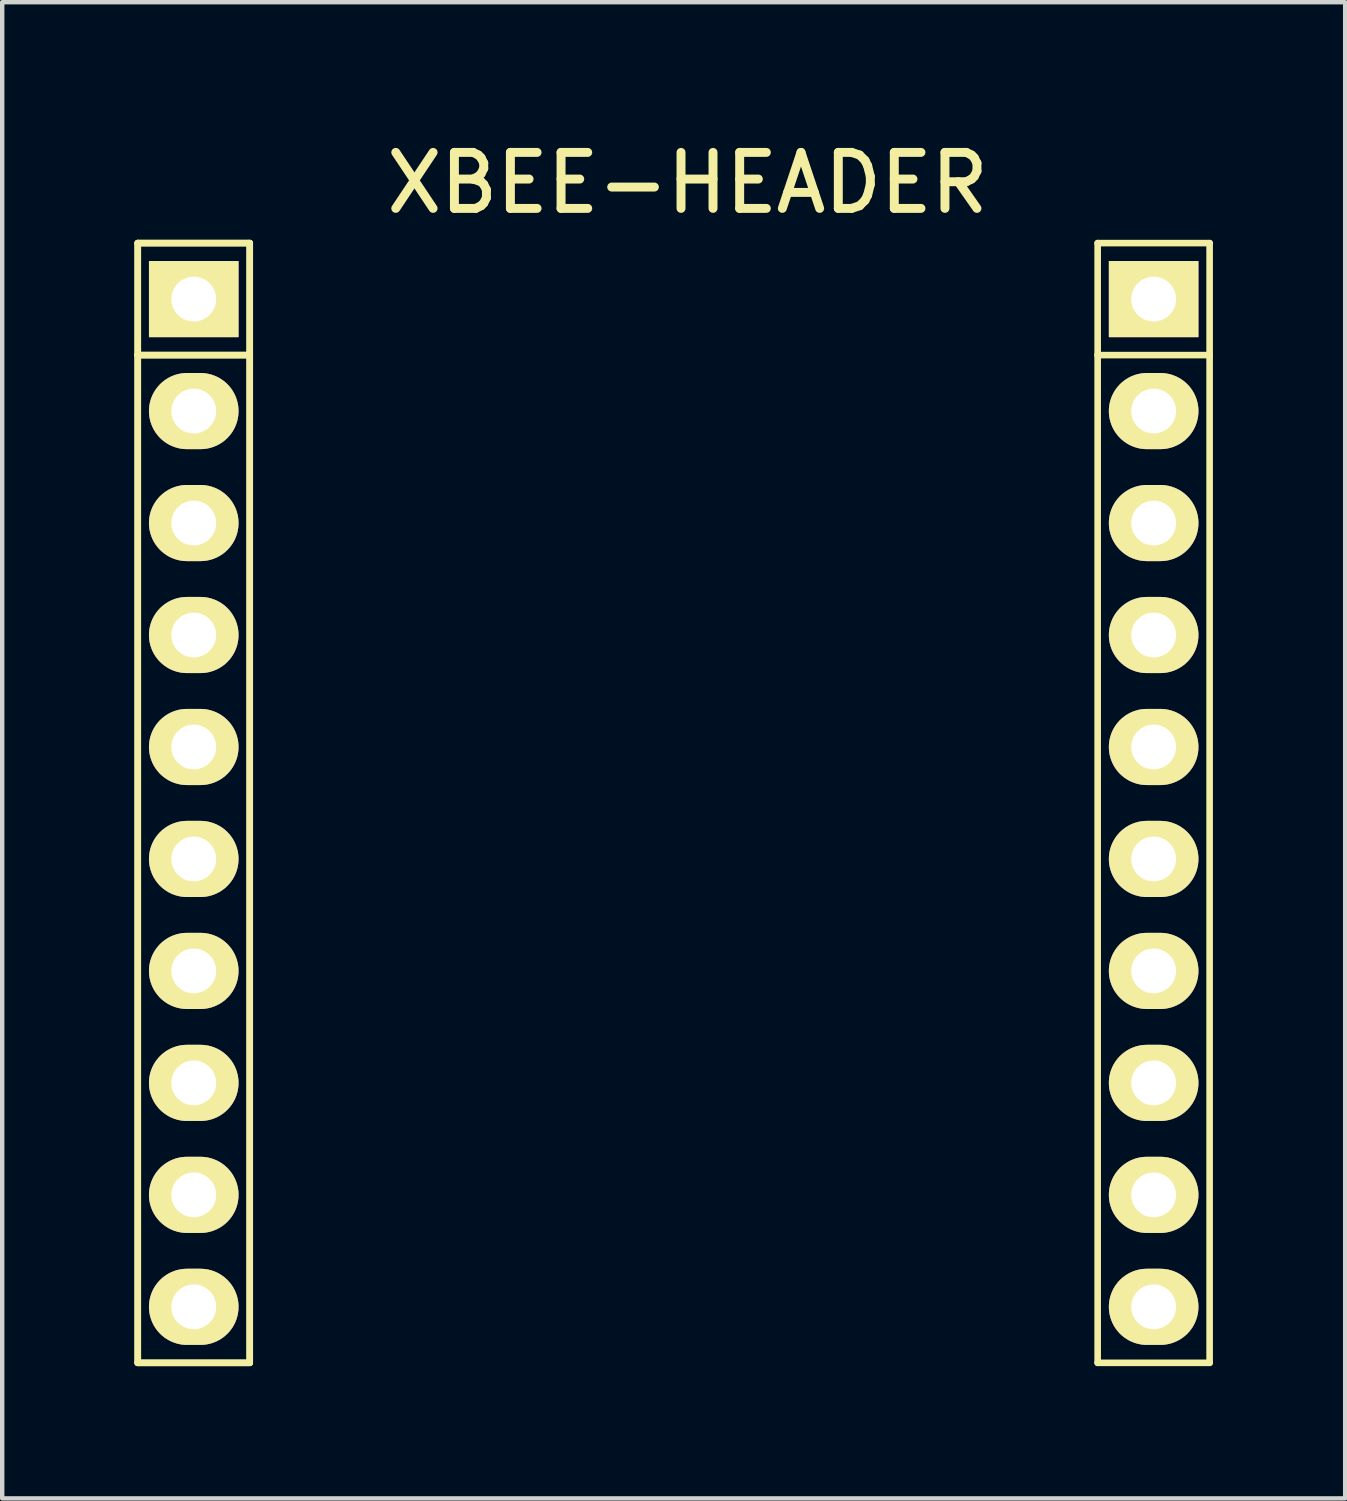
<source format=kicad_pcb>
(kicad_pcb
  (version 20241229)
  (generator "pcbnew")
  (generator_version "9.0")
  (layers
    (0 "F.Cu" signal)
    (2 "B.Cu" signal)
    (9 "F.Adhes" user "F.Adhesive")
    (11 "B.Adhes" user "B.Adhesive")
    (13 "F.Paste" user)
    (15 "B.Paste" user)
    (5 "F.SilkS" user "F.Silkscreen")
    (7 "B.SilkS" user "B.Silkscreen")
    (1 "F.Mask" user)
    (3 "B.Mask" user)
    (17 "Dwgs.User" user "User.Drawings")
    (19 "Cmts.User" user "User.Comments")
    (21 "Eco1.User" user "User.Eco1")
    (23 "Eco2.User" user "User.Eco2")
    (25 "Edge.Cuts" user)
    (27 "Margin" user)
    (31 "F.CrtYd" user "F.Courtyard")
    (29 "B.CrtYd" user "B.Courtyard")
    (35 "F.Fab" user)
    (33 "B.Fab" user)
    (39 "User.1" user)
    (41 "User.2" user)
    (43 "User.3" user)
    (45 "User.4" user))
  (footprint "XBEE-HEADER"
    (layer "F.Cu")
    (at 12.55 12.53)
    (property "Reference" "XBEE-HEADER" (at 0 -11.43 0) (layer "F.SilkS") (effects (font (size 1.27 1.27) (thickness 0.203))))
    (attr through_hole)
    (fp_line (start -12.475 -10.065) (end -12.475 -7.525) (stroke (width 0.15) (type solid)) (layer "F.SilkS"))
    (fp_line (start -12.475 -10.065) (end -12.475 -7.525) (stroke (width 0.15) (type solid)) (layer "F.SilkS"))
    (fp_line (start -12.475 15.335) (end -12.475 -7.525) (stroke (width 0.15) (type solid)) (layer "F.SilkS"))
    (fp_line (start -12.475 15.335) (end -12.475 -7.525) (stroke (width 0.15) (type solid)) (layer "F.SilkS"))
    (fp_line (start -9.935 -10.065) (end -12.475 -10.065) (stroke (width 0.15) (type solid)) (layer "F.SilkS"))
    (fp_line (start -9.935 -10.065) (end -12.475 -10.065) (stroke (width 0.15) (type solid)) (layer "F.SilkS"))
    (fp_line (start -9.935 -10.065) (end -9.935 -7.525) (stroke (width 0.15) (type solid)) (layer "F.SilkS"))
    (fp_line (start -9.935 -10.065) (end -9.935 -7.525) (stroke (width 0.15) (type solid)) (layer "F.SilkS"))
    (fp_line (start -9.935 -7.525) (end -12.475 -7.525) (stroke (width 0.15) (type solid)) (layer "F.SilkS"))
    (fp_line (start -9.935 -7.525) (end -12.475 -7.525) (stroke (width 0.15) (type solid)) (layer "F.SilkS"))
    (fp_line (start -9.935 -7.525) (end -9.935 15.335) (stroke (width 0.15) (type solid)) (layer "F.SilkS"))
    (fp_line (start -9.935 -7.525) (end -9.935 15.335) (stroke (width 0.15) (type solid)) (layer "F.SilkS"))
    (fp_line (start -9.935 15.335) (end -12.475 15.335) (stroke (width 0.15) (type solid)) (layer "F.SilkS"))
    (fp_line (start -9.935 15.335) (end -12.475 15.335) (stroke (width 0.15) (type solid)) (layer "F.SilkS"))
    (fp_line (start 9.3 -10.065) (end 9.3 -7.525) (stroke (width 0.15) (type solid)) (layer "F.SilkS"))
    (fp_line (start 9.3 -7.525) (end 9.3 15.335) (stroke (width 0.15) (type solid)) (layer "F.SilkS"))
    (fp_line (start 9.3 -7.525) (end 11.84 -7.525) (stroke (width 0.15) (type solid)) (layer "F.SilkS"))
    (fp_line (start 9.3 15.335) (end 11.84 15.335) (stroke (width 0.15) (type solid)) (layer "F.SilkS"))
    (fp_line (start 11.84 -10.065) (end 9.3 -10.065) (stroke (width 0.15) (type solid)) (layer "F.SilkS"))
    (fp_line (start 11.84 15.335) (end 11.84 -10.065) (stroke (width 0.15) (type solid)) (layer "F.SilkS"))
    (pad "1" thru_hole rect (at -11.205 -8.795 270) (size 1.727 2.032) (drill 1.016) (layers "*.Cu" "*.Mask" "F.SilkS"))
    (pad "2" thru_hole oval (at -11.205 -6.255 270) (size 1.727 2.032) (drill 1.016) (layers "*.Cu" "*.Mask" "F.SilkS"))
    (pad "3" thru_hole oval (at -11.205 -3.715 270) (size 1.727 2.032) (drill 1.016) (layers "*.Cu" "*.Mask" "F.SilkS"))
    (pad "4" thru_hole oval (at -11.205 -1.175 270) (size 1.727 2.032) (drill 1.016) (layers "*.Cu" "*.Mask" "F.SilkS"))
    (pad "5" thru_hole oval (at -11.205 1.365 270) (size 1.727 2.032) (drill 1.016) (layers "*.Cu" "*.Mask" "F.SilkS"))
    (pad "6" thru_hole oval (at -11.205 3.905 270) (size 1.727 2.032) (drill 1.016) (layers "*.Cu" "*.Mask" "F.SilkS"))
    (pad "7" thru_hole oval (at -11.205 6.445 270) (size 1.727 2.032) (drill 1.016) (layers "*.Cu" "*.Mask" "F.SilkS"))
    (pad "8" thru_hole oval (at -11.205 8.985 270) (size 1.727 2.032) (drill 1.016) (layers "*.Cu" "*.Mask" "F.SilkS"))
    (pad "9" thru_hole oval (at -11.205 11.525 270) (size 1.727 2.032) (drill 1.016) (layers "*.Cu" "*.Mask" "F.SilkS"))
    (pad "10" thru_hole oval (at -11.205 14.065 270) (size 1.727 2.032) (drill 1.016) (layers "*.Cu" "*.Mask" "F.SilkS"))
    (pad "11" thru_hole oval (at 10.57 14.065 270) (size 1.727 2.032) (drill 1.016) (layers "*.Cu" "*.Mask" "F.SilkS"))
    (pad "12" thru_hole oval (at 10.57 11.525 270) (size 1.727 2.032) (drill 1.016) (layers "*.Cu" "*.Mask" "F.SilkS"))
    (pad "13" thru_hole oval (at 10.57 8.985 270) (size 1.727 2.032) (drill 1.016) (layers "*.Cu" "*.Mask" "F.SilkS"))
    (pad "14" thru_hole oval (at 10.57 6.445 270) (size 1.727 2.032) (drill 1.016) (layers "*.Cu" "*.Mask" "F.SilkS"))
    (pad "15" thru_hole oval (at 10.57 3.905 270) (size 1.727 2.032) (drill 1.016) (layers "*.Cu" "*.Mask" "F.SilkS"))
    (pad "16" thru_hole oval (at 10.57 1.365 270) (size 1.727 2.032) (drill 1.016) (layers "*.Cu" "*.Mask" "F.SilkS"))
    (pad "17" thru_hole oval (at 10.57 -1.175 270) (size 1.727 2.032) (drill 1.016) (layers "*.Cu" "*.Mask" "F.SilkS"))
    (pad "18" thru_hole oval (at 10.57 -3.715 270) (size 1.727 2.032) (drill 1.016) (layers "*.Cu" "*.Mask" "F.SilkS"))
    (pad "19" thru_hole oval (at 10.57 -6.255 270) (size 1.727 2.032) (drill 1.016) (layers "*.Cu" "*.Mask" "F.SilkS"))
    (pad "20" thru_hole rect (at 10.57 -8.795 270) (size 1.727 2.032) (drill 1.016) (layers "*.Cu" "*.Mask" "F.SilkS")))
  (gr_rect
    (start -3 -3)
    (end 27.465 30.94)
    (stroke (width 0.1) (type default))
    (fill no)
    (layer "Edge.Cuts")))
</source>
